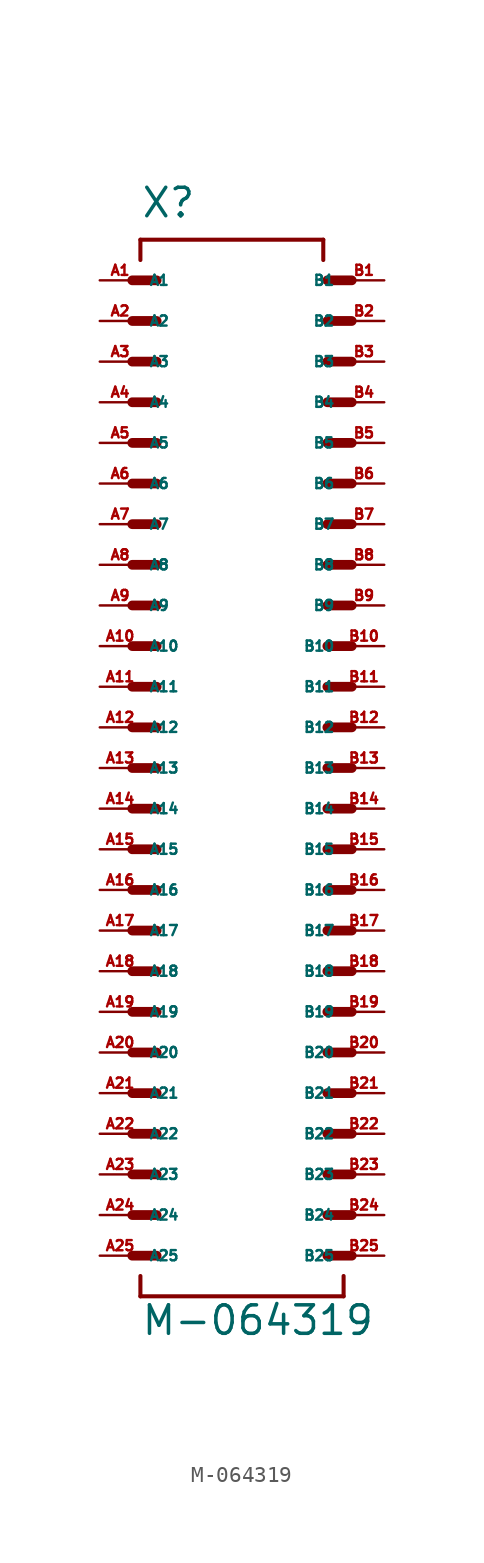
<source format=kicad_sym>
(kicad_symbol_lib
  (version 20220914)
  (generator Eagle2Kicad)
  (symbol "M-064319"
    (property "Reference" "X"
      (at -5.08 34.29 0)
      (effects (font (size 1.778 1.778) (thickness 0.22)) (justify left bottom)))
    (property "Value" "M-064319"
      (at -5.08 -35.56 0)
      (effects (font (size 1.778 1.778) (thickness 0.22)) (justify left bottom)))
    (polyline
      (pts (xy -5.588 30.48) (xy -4.064 30.48))
      (stroke (width 0.61) (type default))
      (fill (type none)))
    (polyline
      (pts (xy -5.588 27.94) (xy -4.064 27.94))
      (stroke (width 0.61) (type default))
      (fill (type none)))
    (polyline
      (pts (xy -5.588 25.4) (xy -4.064 25.4))
      (stroke (width 0.61) (type default))
      (fill (type none)))
    (polyline
      (pts (xy -5.588 22.86) (xy -4.064 22.86))
      (stroke (width 0.61) (type default))
      (fill (type none)))
    (polyline
      (pts (xy -5.588 20.32) (xy -4.064 20.32))
      (stroke (width 0.61) (type default))
      (fill (type none)))
    (polyline
      (pts (xy -5.588 17.78) (xy -4.064 17.78))
      (stroke (width 0.61) (type default))
      (fill (type none)))
    (polyline
      (pts (xy 8.128 17.78) (xy 6.604 17.78))
      (stroke (width 0.61) (type default))
      (fill (type none)))
    (polyline
      (pts (xy 8.128 20.32) (xy 6.604 20.32))
      (stroke (width 0.61) (type default))
      (fill (type none)))
    (polyline
      (pts (xy 8.128 22.86) (xy 6.604 22.86))
      (stroke (width 0.61) (type default))
      (fill (type none)))
    (polyline
      (pts (xy 8.128 25.4) (xy 6.604 25.4))
      (stroke (width 0.61) (type default))
      (fill (type none)))
    (polyline
      (pts (xy 8.128 27.94) (xy 6.604 27.94))
      (stroke (width 0.61) (type default))
      (fill (type none)))
    (polyline
      (pts (xy 8.128 30.48) (xy 6.604 30.48))
      (stroke (width 0.61) (type default))
      (fill (type none)))
    (polyline
      (pts (xy -5.08 31.75) (xy -5.08 33.02))
      (stroke (width 0.254) (type default))
      (fill (type none)))
    (polyline
      (pts (xy -5.08 33.02) (xy 6.35 33.02))
      (stroke (width 0.254) (type default))
      (fill (type none)))
    (polyline
      (pts (xy 6.35 33.02) (xy 6.35 31.75))
      (stroke (width 0.254) (type default))
      (fill (type none)))
    (polyline
      (pts (xy -5.08 -31.75) (xy -5.08 -33.02))
      (stroke (width 0.254) (type default))
      (fill (type none)))
    (polyline
      (pts (xy -5.08 -33.02) (xy 7.62 -33.02))
      (stroke (width 0.254) (type default))
      (fill (type none)))
    (polyline
      (pts (xy 7.62 -33.02) (xy 7.62 -31.75))
      (stroke (width 0.254) (type default))
      (fill (type none)))
    (polyline
      (pts (xy -5.588 15.24) (xy -4.064 15.24))
      (stroke (width 0.61) (type default))
      (fill (type none)))
    (polyline
      (pts (xy -5.588 12.7) (xy -4.064 12.7))
      (stroke (width 0.61) (type default))
      (fill (type none)))
    (polyline
      (pts (xy -5.588 10.16) (xy -4.064 10.16))
      (stroke (width 0.61) (type default))
      (fill (type none)))
    (polyline
      (pts (xy -5.588 7.62) (xy -4.064 7.62))
      (stroke (width 0.61) (type default))
      (fill (type none)))
    (polyline
      (pts (xy -5.588 5.08) (xy -4.064 5.08))
      (stroke (width 0.61) (type default))
      (fill (type none)))
    (polyline
      (pts (xy -5.588 2.54) (xy -4.064 2.54))
      (stroke (width 0.61) (type default))
      (fill (type none)))
    (polyline
      (pts (xy 8.128 2.54) (xy 6.604 2.54))
      (stroke (width 0.61) (type default))
      (fill (type none)))
    (polyline
      (pts (xy 8.128 5.08) (xy 6.604 5.08))
      (stroke (width 0.61) (type default))
      (fill (type none)))
    (polyline
      (pts (xy 8.128 7.62) (xy 6.604 7.62))
      (stroke (width 0.61) (type default))
      (fill (type none)))
    (polyline
      (pts (xy 8.128 10.16) (xy 6.604 10.16))
      (stroke (width 0.61) (type default))
      (fill (type none)))
    (polyline
      (pts (xy 8.128 12.7) (xy 6.604 12.7))
      (stroke (width 0.61) (type default))
      (fill (type none)))
    (polyline
      (pts (xy 8.128 15.24) (xy 6.604 15.24))
      (stroke (width 0.61) (type default))
      (fill (type none)))
    (polyline
      (pts (xy -5.588 0) (xy -4.064 0))
      (stroke (width 0.61) (type default))
      (fill (type none)))
    (polyline
      (pts (xy 8.128 0) (xy 6.604 0))
      (stroke (width 0.61) (type default))
      (fill (type none)))
    (polyline
      (pts (xy -5.588 -2.54) (xy -4.064 -2.54))
      (stroke (width 0.61) (type default))
      (fill (type none)))
    (polyline
      (pts (xy -5.588 -5.08) (xy -4.064 -5.08))
      (stroke (width 0.61) (type default))
      (fill (type none)))
    (polyline
      (pts (xy -5.588 -7.62) (xy -4.064 -7.62))
      (stroke (width 0.61) (type default))
      (fill (type none)))
    (polyline
      (pts (xy -5.588 -10.16) (xy -4.064 -10.16))
      (stroke (width 0.61) (type default))
      (fill (type none)))
    (polyline
      (pts (xy -5.588 -12.7) (xy -4.064 -12.7))
      (stroke (width 0.61) (type default))
      (fill (type none)))
    (polyline
      (pts (xy -5.588 -15.24) (xy -4.064 -15.24))
      (stroke (width 0.61) (type default))
      (fill (type none)))
    (polyline
      (pts (xy 8.128 -15.24) (xy 6.604 -15.24))
      (stroke (width 0.61) (type default))
      (fill (type none)))
    (polyline
      (pts (xy 8.128 -12.7) (xy 6.604 -12.7))
      (stroke (width 0.61) (type default))
      (fill (type none)))
    (polyline
      (pts (xy 8.128 -10.16) (xy 6.604 -10.16))
      (stroke (width 0.61) (type default))
      (fill (type none)))
    (polyline
      (pts (xy 8.128 -7.62) (xy 6.604 -7.62))
      (stroke (width 0.61) (type default))
      (fill (type none)))
    (polyline
      (pts (xy 8.128 -5.08) (xy 6.604 -5.08))
      (stroke (width 0.61) (type default))
      (fill (type none)))
    (polyline
      (pts (xy 8.128 -2.54) (xy 6.604 -2.54))
      (stroke (width 0.61) (type default))
      (fill (type none)))
    (polyline
      (pts (xy -5.588 -17.78) (xy -4.064 -17.78))
      (stroke (width 0.61) (type default))
      (fill (type none)))
    (polyline
      (pts (xy -5.588 -20.32) (xy -4.064 -20.32))
      (stroke (width 0.61) (type default))
      (fill (type none)))
    (polyline
      (pts (xy -5.588 -22.86) (xy -4.064 -22.86))
      (stroke (width 0.61) (type default))
      (fill (type none)))
    (polyline
      (pts (xy -5.588 -25.4) (xy -4.064 -25.4))
      (stroke (width 0.61) (type default))
      (fill (type none)))
    (polyline
      (pts (xy -5.588 -27.94) (xy -4.064 -27.94))
      (stroke (width 0.61) (type default))
      (fill (type none)))
    (polyline
      (pts (xy -5.588 -30.48) (xy -4.064 -30.48))
      (stroke (width 0.61) (type default))
      (fill (type none)))
    (polyline
      (pts (xy 8.128 -30.48) (xy 6.604 -30.48))
      (stroke (width 0.61) (type default))
      (fill (type none)))
    (polyline
      (pts (xy 8.128 -27.94) (xy 6.604 -27.94))
      (stroke (width 0.61) (type default))
      (fill (type none)))
    (polyline
      (pts (xy 8.128 -25.4) (xy 6.604 -25.4))
      (stroke (width 0.61) (type default))
      (fill (type none)))
    (polyline
      (pts (xy 8.128 -22.86) (xy 6.604 -22.86))
      (stroke (width 0.61) (type default))
      (fill (type none)))
    (polyline
      (pts (xy 8.128 -20.32) (xy 6.604 -20.32))
      (stroke (width 0.61) (type default))
      (fill (type none)))
    (polyline
      (pts (xy 8.128 -17.78) (xy 6.604 -17.78))
      (stroke (width 0.61) (type default))
      (fill (type none)))
    (pin passive line
      (at -7.62 30.48 0)
      (length 2.54)
      (name "A1" (effects (font (size 0.635 0.635) (thickness 0.08)) (justify left bottom)))
      (number "A1" (effects (font (size 0.635 0.635) (thickness 0.08)) (justify left bottom))))
    (pin passive line
      (at -7.62 27.94 0)
      (length 2.54)
      (name "A2" (effects (font (size 0.635 0.635) (thickness 0.08)) (justify left bottom)))
      (number "A2" (effects (font (size 0.635 0.635) (thickness 0.08)) (justify left bottom))))
    (pin passive line
      (at -7.62 25.4 0)
      (length 2.54)
      (name "A3" (effects (font (size 0.635 0.635) (thickness 0.08)) (justify left bottom)))
      (number "A3" (effects (font (size 0.635 0.635) (thickness 0.08)) (justify left bottom))))
    (pin passive line
      (at -7.62 22.86 0)
      (length 2.54)
      (name "A4" (effects (font (size 0.635 0.635) (thickness 0.08)) (justify left bottom)))
      (number "A4" (effects (font (size 0.635 0.635) (thickness 0.08)) (justify left bottom))))
    (pin passive line
      (at -7.62 20.32 0)
      (length 2.54)
      (name "A5" (effects (font (size 0.635 0.635) (thickness 0.08)) (justify left bottom)))
      (number "A5" (effects (font (size 0.635 0.635) (thickness 0.08)) (justify left bottom))))
    (pin passive line
      (at -7.62 17.78 0)
      (length 2.54)
      (name "A6" (effects (font (size 0.635 0.635) (thickness 0.08)) (justify left bottom)))
      (number "A6" (effects (font (size 0.635 0.635) (thickness 0.08)) (justify left bottom))))
    (pin passive line
      (at 10.16 30.48 180)
      (length 2.54)
      (name "B1" (effects (font (size 0.635 0.635) (thickness 0.08)) (justify left bottom)))
      (number "B1" (effects (font (size 0.635 0.635) (thickness 0.08)) (justify left bottom))))
    (pin passive line
      (at 10.16 27.94 180)
      (length 2.54)
      (name "B2" (effects (font (size 0.635 0.635) (thickness 0.08)) (justify left bottom)))
      (number "B2" (effects (font (size 0.635 0.635) (thickness 0.08)) (justify left bottom))))
    (pin passive line
      (at 10.16 25.4 180)
      (length 2.54)
      (name "B3" (effects (font (size 0.635 0.635) (thickness 0.08)) (justify left bottom)))
      (number "B3" (effects (font (size 0.635 0.635) (thickness 0.08)) (justify left bottom))))
    (pin passive line
      (at 10.16 22.86 180)
      (length 2.54)
      (name "B4" (effects (font (size 0.635 0.635) (thickness 0.08)) (justify left bottom)))
      (number "B4" (effects (font (size 0.635 0.635) (thickness 0.08)) (justify left bottom))))
    (pin passive line
      (at 10.16 20.32 180)
      (length 2.54)
      (name "B5" (effects (font (size 0.635 0.635) (thickness 0.08)) (justify left bottom)))
      (number "B5" (effects (font (size 0.635 0.635) (thickness 0.08)) (justify left bottom))))
    (pin passive line
      (at 10.16 17.78 180)
      (length 2.54)
      (name "B6" (effects (font (size 0.635 0.635) (thickness 0.08)) (justify left bottom)))
      (number "B6" (effects (font (size 0.635 0.635) (thickness 0.08)) (justify left bottom))))
    (pin passive line
      (at -7.62 15.24 0)
      (length 2.54)
      (name "A7" (effects (font (size 0.635 0.635) (thickness 0.08)) (justify left bottom)))
      (number "A7" (effects (font (size 0.635 0.635) (thickness 0.08)) (justify left bottom))))
    (pin passive line
      (at -7.62 12.7 0)
      (length 2.54)
      (name "A8" (effects (font (size 0.635 0.635) (thickness 0.08)) (justify left bottom)))
      (number "A8" (effects (font (size 0.635 0.635) (thickness 0.08)) (justify left bottom))))
    (pin passive line
      (at -7.62 10.16 0)
      (length 2.54)
      (name "A9" (effects (font (size 0.635 0.635) (thickness 0.08)) (justify left bottom)))
      (number "A9" (effects (font (size 0.635 0.635) (thickness 0.08)) (justify left bottom))))
    (pin passive line
      (at -7.62 7.62 0)
      (length 2.54)
      (name "A10" (effects (font (size 0.635 0.635) (thickness 0.08)) (justify left bottom)))
      (number "A10" (effects (font (size 0.635 0.635) (thickness 0.08)) (justify left bottom))))
    (pin passive line
      (at -7.62 5.08 0)
      (length 2.54)
      (name "A11" (effects (font (size 0.635 0.635) (thickness 0.08)) (justify left bottom)))
      (number "A11" (effects (font (size 0.635 0.635) (thickness 0.08)) (justify left bottom))))
    (pin passive line
      (at -7.62 2.54 0)
      (length 2.54)
      (name "A12" (effects (font (size 0.635 0.635) (thickness 0.08)) (justify left bottom)))
      (number "A12" (effects (font (size 0.635 0.635) (thickness 0.08)) (justify left bottom))))
    (pin passive line
      (at 10.16 15.24 180)
      (length 2.54)
      (name "B7" (effects (font (size 0.635 0.635) (thickness 0.08)) (justify left bottom)))
      (number "B7" (effects (font (size 0.635 0.635) (thickness 0.08)) (justify left bottom))))
    (pin passive line
      (at 10.16 12.7 180)
      (length 2.54)
      (name "B8" (effects (font (size 0.635 0.635) (thickness 0.08)) (justify left bottom)))
      (number "B8" (effects (font (size 0.635 0.635) (thickness 0.08)) (justify left bottom))))
    (pin passive line
      (at 10.16 10.16 180)
      (length 2.54)
      (name "B9" (effects (font (size 0.635 0.635) (thickness 0.08)) (justify left bottom)))
      (number "B9" (effects (font (size 0.635 0.635) (thickness 0.08)) (justify left bottom))))
    (pin passive line
      (at 10.16 7.62 180)
      (length 2.54)
      (name "B10" (effects (font (size 0.635 0.635) (thickness 0.08)) (justify left bottom)))
      (number "B10" (effects (font (size 0.635 0.635) (thickness 0.08)) (justify left bottom))))
    (pin passive line
      (at 10.16 5.08 180)
      (length 2.54)
      (name "B11" (effects (font (size 0.635 0.635) (thickness 0.08)) (justify left bottom)))
      (number "B11" (effects (font (size 0.635 0.635) (thickness 0.08)) (justify left bottom))))
    (pin passive line
      (at 10.16 2.54 180)
      (length 2.54)
      (name "B12" (effects (font (size 0.635 0.635) (thickness 0.08)) (justify left bottom)))
      (number "B12" (effects (font (size 0.635 0.635) (thickness 0.08)) (justify left bottom))))
    (pin passive line
      (at -7.62 0 0)
      (length 2.54)
      (name "A13" (effects (font (size 0.635 0.635) (thickness 0.08)) (justify left bottom)))
      (number "A13" (effects (font (size 0.635 0.635) (thickness 0.08)) (justify left bottom))))
    (pin passive line
      (at 10.16 0 180)
      (length 2.54)
      (name "B13" (effects (font (size 0.635 0.635) (thickness 0.08)) (justify left bottom)))
      (number "B13" (effects (font (size 0.635 0.635) (thickness 0.08)) (justify left bottom))))
    (pin passive line
      (at -7.62 -2.54 0)
      (length 2.54)
      (name "A14" (effects (font (size 0.635 0.635) (thickness 0.08)) (justify left bottom)))
      (number "A14" (effects (font (size 0.635 0.635) (thickness 0.08)) (justify left bottom))))
    (pin passive line
      (at -7.62 -5.08 0)
      (length 2.54)
      (name "A15" (effects (font (size 0.635 0.635) (thickness 0.08)) (justify left bottom)))
      (number "A15" (effects (font (size 0.635 0.635) (thickness 0.08)) (justify left bottom))))
    (pin passive line
      (at -7.62 -7.62 0)
      (length 2.54)
      (name "A16" (effects (font (size 0.635 0.635) (thickness 0.08)) (justify left bottom)))
      (number "A16" (effects (font (size 0.635 0.635) (thickness 0.08)) (justify left bottom))))
    (pin passive line
      (at -7.62 -10.16 0)
      (length 2.54)
      (name "A17" (effects (font (size 0.635 0.635) (thickness 0.08)) (justify left bottom)))
      (number "A17" (effects (font (size 0.635 0.635) (thickness 0.08)) (justify left bottom))))
    (pin passive line
      (at -7.62 -12.7 0)
      (length 2.54)
      (name "A18" (effects (font (size 0.635 0.635) (thickness 0.08)) (justify left bottom)))
      (number "A18" (effects (font (size 0.635 0.635) (thickness 0.08)) (justify left bottom))))
    (pin passive line
      (at -7.62 -15.24 0)
      (length 2.54)
      (name "A19" (effects (font (size 0.635 0.635) (thickness 0.08)) (justify left bottom)))
      (number "A19" (effects (font (size 0.635 0.635) (thickness 0.08)) (justify left bottom))))
    (pin passive line
      (at 10.16 -2.54 180)
      (length 2.54)
      (name "B14" (effects (font (size 0.635 0.635) (thickness 0.08)) (justify left bottom)))
      (number "B14" (effects (font (size 0.635 0.635) (thickness 0.08)) (justify left bottom))))
    (pin passive line
      (at 10.16 -5.08 180)
      (length 2.54)
      (name "B15" (effects (font (size 0.635 0.635) (thickness 0.08)) (justify left bottom)))
      (number "B15" (effects (font (size 0.635 0.635) (thickness 0.08)) (justify left bottom))))
    (pin passive line
      (at 10.16 -7.62 180)
      (length 2.54)
      (name "B16" (effects (font (size 0.635 0.635) (thickness 0.08)) (justify left bottom)))
      (number "B16" (effects (font (size 0.635 0.635) (thickness 0.08)) (justify left bottom))))
    (pin passive line
      (at 10.16 -10.16 180)
      (length 2.54)
      (name "B17" (effects (font (size 0.635 0.635) (thickness 0.08)) (justify left bottom)))
      (number "B17" (effects (font (size 0.635 0.635) (thickness 0.08)) (justify left bottom))))
    (pin passive line
      (at 10.16 -12.7 180)
      (length 2.54)
      (name "B18" (effects (font (size 0.635 0.635) (thickness 0.08)) (justify left bottom)))
      (number "B18" (effects (font (size 0.635 0.635) (thickness 0.08)) (justify left bottom))))
    (pin passive line
      (at 10.16 -15.24 180)
      (length 2.54)
      (name "B19" (effects (font (size 0.635 0.635) (thickness 0.08)) (justify left bottom)))
      (number "B19" (effects (font (size 0.635 0.635) (thickness 0.08)) (justify left bottom))))
    (pin passive line
      (at -7.62 -17.78 0)
      (length 2.54)
      (name "A20" (effects (font (size 0.635 0.635) (thickness 0.08)) (justify left bottom)))
      (number "A20" (effects (font (size 0.635 0.635) (thickness 0.08)) (justify left bottom))))
    (pin passive line
      (at -7.62 -20.32 0)
      (length 2.54)
      (name "A21" (effects (font (size 0.635 0.635) (thickness 0.08)) (justify left bottom)))
      (number "A21" (effects (font (size 0.635 0.635) (thickness 0.08)) (justify left bottom))))
    (pin passive line
      (at -7.62 -22.86 0)
      (length 2.54)
      (name "A22" (effects (font (size 0.635 0.635) (thickness 0.08)) (justify left bottom)))
      (number "A22" (effects (font (size 0.635 0.635) (thickness 0.08)) (justify left bottom))))
    (pin passive line
      (at -7.62 -25.4 0)
      (length 2.54)
      (name "A23" (effects (font (size 0.635 0.635) (thickness 0.08)) (justify left bottom)))
      (number "A23" (effects (font (size 0.635 0.635) (thickness 0.08)) (justify left bottom))))
    (pin passive line
      (at -7.62 -27.94 0)
      (length 2.54)
      (name "A24" (effects (font (size 0.635 0.635) (thickness 0.08)) (justify left bottom)))
      (number "A24" (effects (font (size 0.635 0.635) (thickness 0.08)) (justify left bottom))))
    (pin passive line
      (at -7.62 -30.48 0)
      (length 2.54)
      (name "A25" (effects (font (size 0.635 0.635) (thickness 0.08)) (justify left bottom)))
      (number "A25" (effects (font (size 0.635 0.635) (thickness 0.08)) (justify left bottom))))
    (pin passive line
      (at 10.16 -17.78 180)
      (length 2.54)
      (name "B20" (effects (font (size 0.635 0.635) (thickness 0.08)) (justify left bottom)))
      (number "B20" (effects (font (size 0.635 0.635) (thickness 0.08)) (justify left bottom))))
    (pin passive line
      (at 10.16 -20.32 180)
      (length 2.54)
      (name "B21" (effects (font (size 0.635 0.635) (thickness 0.08)) (justify left bottom)))
      (number "B21" (effects (font (size 0.635 0.635) (thickness 0.08)) (justify left bottom))))
    (pin passive line
      (at 10.16 -22.86 180)
      (length 2.54)
      (name "B22" (effects (font (size 0.635 0.635) (thickness 0.08)) (justify left bottom)))
      (number "B22" (effects (font (size 0.635 0.635) (thickness 0.08)) (justify left bottom))))
    (pin passive line
      (at 10.16 -25.4 180)
      (length 2.54)
      (name "B23" (effects (font (size 0.635 0.635) (thickness 0.08)) (justify left bottom)))
      (number "B23" (effects (font (size 0.635 0.635) (thickness 0.08)) (justify left bottom))))
    (pin passive line
      (at 10.16 -27.94 180)
      (length 2.54)
      (name "B24" (effects (font (size 0.635 0.635) (thickness 0.08)) (justify left bottom)))
      (number "B24" (effects (font (size 0.635 0.635) (thickness 0.08)) (justify left bottom))))
    (pin passive line
      (at 10.16 -30.48 180)
      (length 2.54)
      (name "B25" (effects (font (size 0.635 0.635) (thickness 0.08)) (justify left bottom)))
      (number "B25" (effects (font (size 0.635 0.635) (thickness 0.08)) (justify left bottom))))))
</source>
